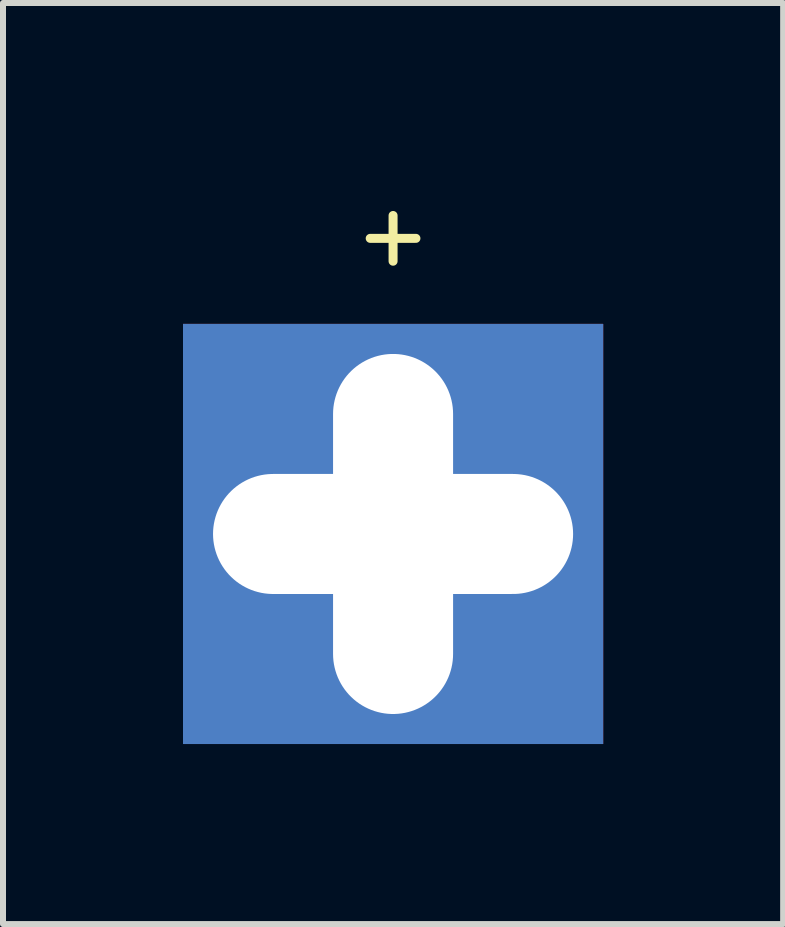
<source format=kicad_pcb>
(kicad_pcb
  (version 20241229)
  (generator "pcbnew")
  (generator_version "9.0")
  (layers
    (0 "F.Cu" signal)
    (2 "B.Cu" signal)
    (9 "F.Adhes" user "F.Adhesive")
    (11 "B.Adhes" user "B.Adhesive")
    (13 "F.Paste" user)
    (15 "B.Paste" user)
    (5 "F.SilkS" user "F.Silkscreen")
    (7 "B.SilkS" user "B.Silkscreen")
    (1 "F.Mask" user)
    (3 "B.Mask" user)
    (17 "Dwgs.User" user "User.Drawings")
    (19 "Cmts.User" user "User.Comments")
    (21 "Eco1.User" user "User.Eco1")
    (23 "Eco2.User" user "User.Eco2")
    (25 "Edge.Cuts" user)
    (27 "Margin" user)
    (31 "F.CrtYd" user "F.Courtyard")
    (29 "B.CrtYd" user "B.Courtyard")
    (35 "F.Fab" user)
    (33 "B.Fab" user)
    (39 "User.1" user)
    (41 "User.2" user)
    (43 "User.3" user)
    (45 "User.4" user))
  (footprint "+"
    (layer "F.Cu")
    (at 3.5 5.848)
    (property "Reference" "+" (at 0 -5 0) (layer "F.SilkS") (effects (font (size 1 1) (thickness 0.15))))
    (attr through_hole)
    (pad "1" thru_hole rect (at 0 0 90) (size 7 7) (drill oval 6 2) (layers "*.Cu" "*.Mask"))
    (pad "1" thru_hole rect (at 0 0) (size 7 7) (drill oval 6 2) (layers "*.Cu" "*.Mask")))
  (gr_rect
    (start -3 -3)
    (end 10 12.348)
    (stroke (width 0.1) (type default))
    (fill no)
    (layer "Edge.Cuts")))
</source>
